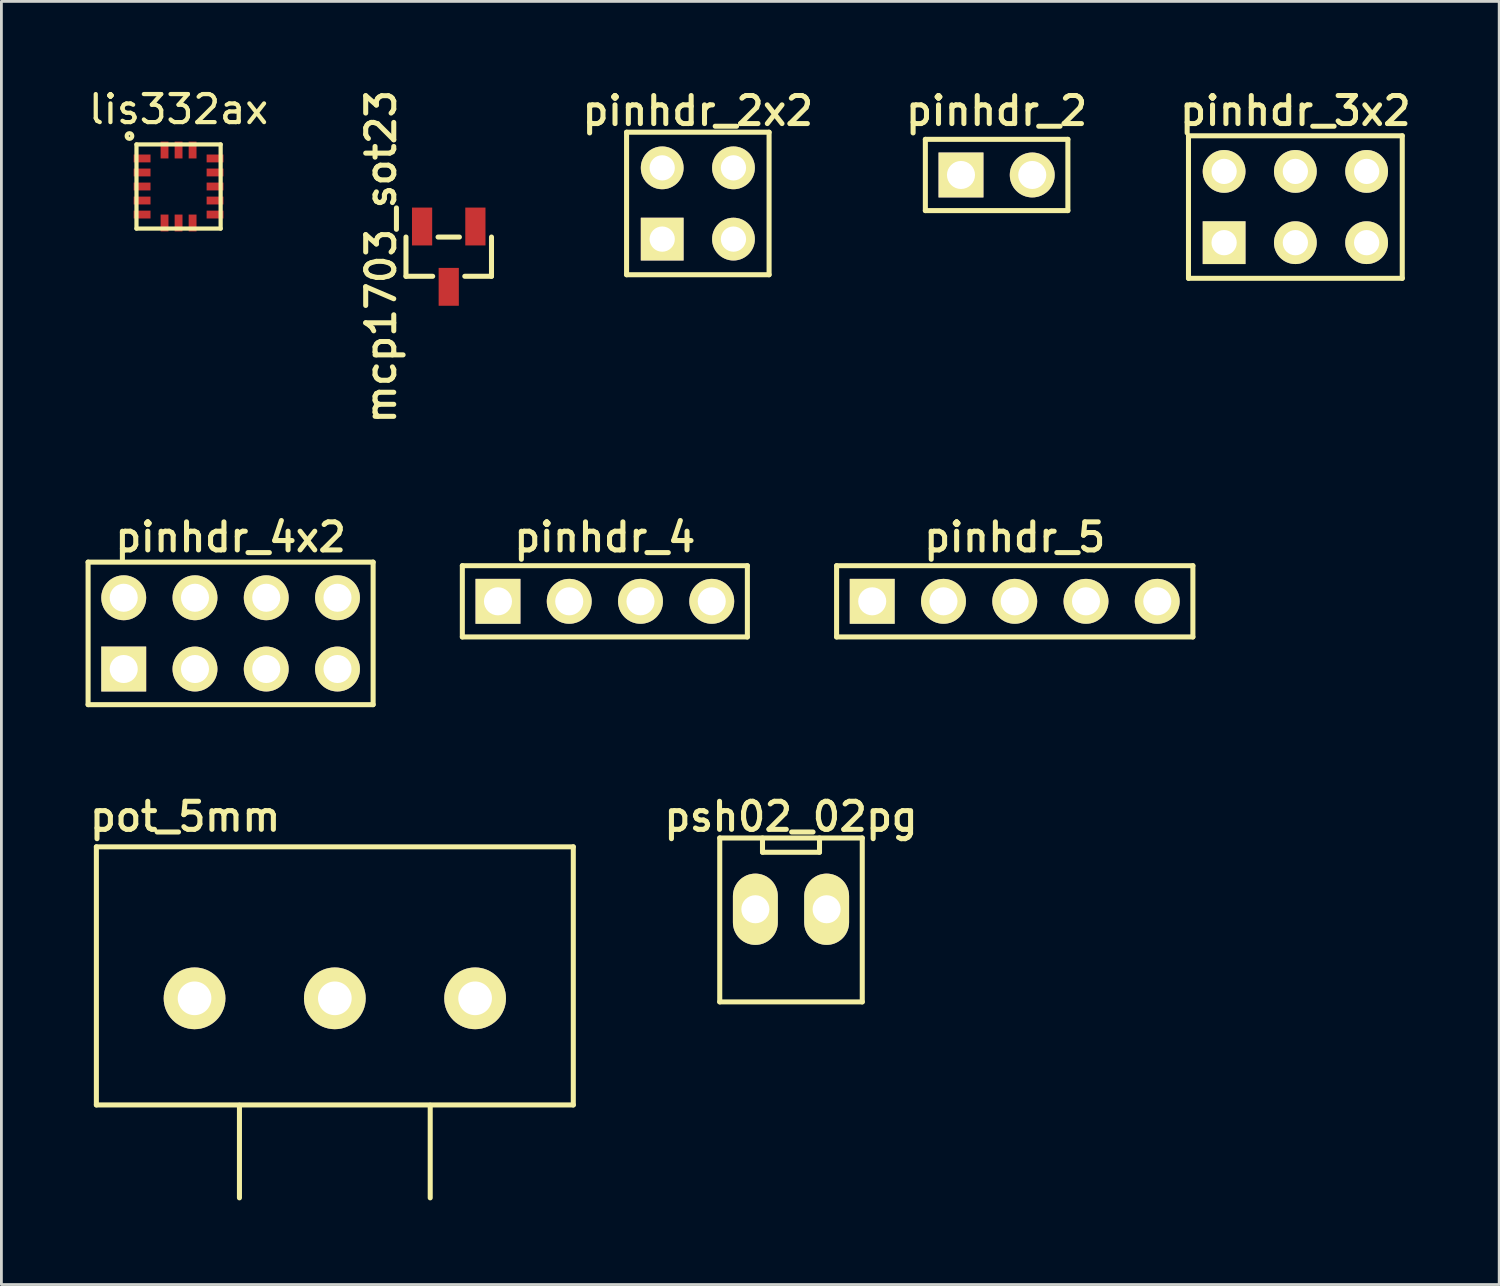
<source format=kicad_pcb>
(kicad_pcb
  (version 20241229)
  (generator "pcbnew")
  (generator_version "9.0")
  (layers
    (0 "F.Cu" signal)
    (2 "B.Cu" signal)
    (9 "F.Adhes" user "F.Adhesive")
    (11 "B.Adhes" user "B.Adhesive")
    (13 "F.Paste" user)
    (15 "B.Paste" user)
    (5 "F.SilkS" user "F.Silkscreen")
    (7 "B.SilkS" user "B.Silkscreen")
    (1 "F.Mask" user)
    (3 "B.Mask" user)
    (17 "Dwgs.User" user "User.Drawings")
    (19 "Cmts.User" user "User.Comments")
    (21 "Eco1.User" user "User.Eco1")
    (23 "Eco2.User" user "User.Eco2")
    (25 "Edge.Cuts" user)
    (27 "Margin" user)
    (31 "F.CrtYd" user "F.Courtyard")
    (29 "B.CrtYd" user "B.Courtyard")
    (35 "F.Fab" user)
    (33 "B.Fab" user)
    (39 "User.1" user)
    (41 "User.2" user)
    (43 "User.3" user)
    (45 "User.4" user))
  (footprint "pinhdr_2x2"
    (layer "F.Cu")
    (at 21.824 4.203)
    (property "Reference" "pinhdr_2x2" (at 0 -3.302 0) (layer "F.SilkS") (effects (font (size 1 1) (thickness 0.18))))
    (attr through_hole)
    (fp_line (start -2.54 -2.54) (end 2.54 -2.54) (stroke (width 0.18) (type solid)) (layer "F.SilkS"))
    (fp_line (start -2.54 2.54) (end -2.54 -2.54) (stroke (width 0.18) (type solid)) (layer "F.SilkS"))
    (fp_line (start 2.54 -2.54) (end 2.54 2.54) (stroke (width 0.18) (type solid)) (layer "F.SilkS"))
    (fp_line (start 2.54 2.54) (end -2.54 2.54) (stroke (width 0.18) (type solid)) (layer "F.SilkS"))
    (pad "1" thru_hole rect (at -1.27 1.27) (size 1.524 1.524) (drill 0.9) (layers "*.Cu" "*.Mask" "F.SilkS"))
    (pad "2" thru_hole circle (at -1.27 -1.27) (size 1.524 1.524) (drill 0.9) (layers "*.Cu" "*.Mask" "F.SilkS"))
    (pad "3" thru_hole circle (at 1.27 1.27) (size 1.524 1.524) (drill 0.9) (layers "*.Cu" "*.Mask" "F.SilkS"))
    (pad "4" thru_hole circle (at 1.27 -1.27) (size 1.524 1.524) (drill 0.9) (layers "*.Cu" "*.Mask" "F.SilkS")))
  (footprint "pinhdr_4"
    (layer "F.Cu")
    (at 18.51 18.384)
    (property "Reference" "pinhdr_4" (at 0 -2.286 0) (layer "F.SilkS") (effects (font (size 1 1) (thickness 0.18))))
    (attr through_hole)
    (fp_line (start -5.08 -1.27) (end -5.08 1.27) (stroke (width 0.18) (type solid)) (layer "F.SilkS"))
    (fp_line (start -5.08 -1.27) (end 5.08 -1.27) (stroke (width 0.18) (type solid)) (layer "F.SilkS"))
    (fp_line (start 5.08 -1.27) (end 5.08 1.27) (stroke (width 0.18) (type solid)) (layer "F.SilkS"))
    (fp_line (start 5.08 1.27) (end -5.08 1.27) (stroke (width 0.18) (type solid)) (layer "F.SilkS"))
    (pad "1" thru_hole rect (at -3.81 0) (size 1.6 1.6) (drill 1) (layers "*.Cu" "*.Mask" "F.SilkS"))
    (pad "2" thru_hole oval (at -1.27 0) (size 1.6 1.6) (drill 1) (layers "*.Cu" "*.Mask" "F.SilkS"))
    (pad "3" thru_hole oval (at 1.27 0) (size 1.6 1.6) (drill 1) (layers "*.Cu" "*.Mask" "F.SilkS"))
    (pad "4" thru_hole oval (at 3.81 0) (size 1.6 1.6) (drill 1) (layers "*.Cu" "*.Mask" "F.SilkS")))
  (footprint "psh02_02pg"
    (layer "F.Cu")
    (at 25.145 29.36)
    (property "Reference" "psh02_02pg" (at 0 -3.302 0) (layer "F.SilkS") (effects (font (size 1 1) (thickness 0.18))))
    (attr through_hole)
    (fp_line (start -2.54 -2.54) (end -2.54 3.302) (stroke (width 0.18) (type solid)) (layer "F.SilkS"))
    (fp_line (start -2.54 3.302) (end 2.54 3.302) (stroke (width 0.18) (type solid)) (layer "F.SilkS"))
    (fp_line (start -1.016 -2.54) (end -1.016 -2.032) (stroke (width 0.18) (type solid)) (layer "F.SilkS"))
    (fp_line (start -1.016 -2.032) (end 1.016 -2.032) (stroke (width 0.18) (type solid)) (layer "F.SilkS"))
    (fp_line (start 1.016 -2.032) (end 1.016 -2.54) (stroke (width 0.18) (type solid)) (layer "F.SilkS"))
    (fp_line (start 2.54 -2.54) (end -2.54 -2.54) (stroke (width 0.18) (type solid)) (layer "F.SilkS"))
    (fp_line (start 2.54 3.302) (end 2.54 -2.54) (stroke (width 0.18) (type solid)) (layer "F.SilkS"))
    (pad "1" thru_hole oval (at -1.27 0) (size 1.6 2.54) (drill 1) (layers "*.Cu" "*.Mask" "F.SilkS"))
    (pad "2" thru_hole oval (at 1.27 0) (size 1.6 2.54) (drill 1) (layers "*.Cu" "*.Mask" "F.SilkS")))
  (footprint "pot_5mm"
    (layer "F.Cu")
    (at 8.885 32.535)
    (property "Reference" "pot_5mm" (at -5.334 -6.477 0) (layer "F.SilkS") (effects (font (size 1 1) (thickness 0.18))))
    (attr through_hole)
    (fp_line (start -8.5 -5.4) (end -8.5 3.8) (stroke (width 0.18) (type solid)) (layer "F.SilkS"))
    (fp_line (start -8.5 -5.4) (end 8.5 -5.4) (stroke (width 0.18) (type solid)) (layer "F.SilkS"))
    (fp_line (start -8.5 3.8) (end 8.5 3.8) (stroke (width 0.18) (type solid)) (layer "F.SilkS"))
    (fp_line (start -3.4 3.81) (end -3.4 7.112) (stroke (width 0.18) (type solid)) (layer "F.SilkS"))
    (fp_line (start 3.4 3.81) (end 3.4 7.112) (stroke (width 0.18) (type solid)) (layer "F.SilkS"))
    (fp_line (start 8.5 -5.4) (end 8.5 3.8) (stroke (width 0.18) (type solid)) (layer "F.SilkS"))
    (pad "1" thru_hole circle (at -5 0) (size 2.2 2.2) (drill 1.2) (layers "*.Cu" "*.Mask" "F.SilkS"))
    (pad "2" thru_hole circle (at 0 0) (size 2.2 2.2) (drill 1.2) (layers "*.Cu" "*.Mask" "F.SilkS"))
    (pad "3" thru_hole circle (at 5 0) (size 2.2 2.2) (drill 1.2) (layers "*.Cu" "*.Mask" "F.SilkS")))
  (footprint "pinhdr_5"
    (layer "F.Cu")
    (at 33.12 18.384)
    (property "Reference" "pinhdr_5" (at 0 -2.286 0) (layer "F.SilkS") (effects (font (size 1 1) (thickness 0.18))))
    (attr through_hole)
    (fp_line (start -6.35 -1.27) (end -6.35 1.27) (stroke (width 0.18) (type solid)) (layer "F.SilkS"))
    (fp_line (start -6.35 -1.27) (end 6.35 -1.27) (stroke (width 0.18) (type solid)) (layer "F.SilkS"))
    (fp_line (start 6.35 -1.27) (end 6.35 1.27) (stroke (width 0.18) (type solid)) (layer "F.SilkS"))
    (fp_line (start 6.35 1.27) (end -6.35 1.27) (stroke (width 0.18) (type solid)) (layer "F.SilkS"))
    (pad "1" thru_hole rect (at -5.08 0) (size 1.6 1.6) (drill 1) (layers "*.Cu" "*.Mask" "F.SilkS"))
    (pad "2" thru_hole oval (at -2.54 0) (size 1.6 1.6) (drill 1) (layers "*.Cu" "*.Mask" "F.SilkS"))
    (pad "3" thru_hole oval (at 0 0) (size 1.6 1.6) (drill 1) (layers "*.Cu" "*.Mask" "F.SilkS"))
    (pad "4" thru_hole oval (at 2.54 0) (size 1.6 1.6) (drill 1) (layers "*.Cu" "*.Mask" "F.SilkS"))
    (pad "5" thru_hole oval (at 5.08 0) (size 1.6 1.6) (drill 1) (layers "*.Cu" "*.Mask" "F.SilkS")))
  (footprint "pinhdr_2"
    (layer "F.Cu")
    (at 32.474 3.187)
    (property "Reference" "pinhdr_2" (at 0 -2.286 0) (layer "F.SilkS") (effects (font (size 1 1) (thickness 0.18))))
    (attr through_hole)
    (fp_line (start -2.54 -1.27) (end -2.54 1.27) (stroke (width 0.18) (type solid)) (layer "F.SilkS"))
    (fp_line (start -2.54 -1.27) (end 2.54 -1.27) (stroke (width 0.18) (type solid)) (layer "F.SilkS"))
    (fp_line (start 2.54 -1.27) (end 2.54 1.27) (stroke (width 0.18) (type solid)) (layer "F.SilkS"))
    (fp_line (start 2.54 1.27) (end -2.54 1.27) (stroke (width 0.18) (type solid)) (layer "F.SilkS"))
    (pad "1" thru_hole rect (at -1.27 0) (size 1.6 1.6) (drill 1) (layers "*.Cu" "*.Mask" "F.SilkS"))
    (pad "2" thru_hole circle (at 1.27 0) (size 1.6 1.6) (drill 1) (layers "*.Cu" "*.Mask" "F.SilkS")))
  (footprint "pinhdr_4x2"
    (layer "F.Cu")
    (at 5.17 19.527)
    (property "Reference" "pinhdr_4x2" (at 0 -3.429 0) (layer "F.SilkS") (effects (font (size 1 1) (thickness 0.18))))
    (attr through_hole)
    (fp_line (start -5.08 -2.54) (end 5.08 -2.54) (stroke (width 0.18) (type solid)) (layer "F.SilkS"))
    (fp_line (start -5.08 2.54) (end -5.08 -2.54) (stroke (width 0.18) (type solid)) (layer "F.SilkS"))
    (fp_line (start 5.08 -2.54) (end 5.08 2.54) (stroke (width 0.18) (type solid)) (layer "F.SilkS"))
    (fp_line (start 5.08 2.54) (end -5.08 2.54) (stroke (width 0.18) (type solid)) (layer "F.SilkS"))
    (pad "1" thru_hole rect (at -3.81 1.27) (size 1.6 1.6) (drill 1) (layers "*.Cu" "*.Mask" "F.SilkS"))
    (pad "2" thru_hole oval (at -3.81 -1.27) (size 1.6 1.6) (drill 1) (layers "*.Cu" "*.Mask" "F.SilkS"))
    (pad "3" thru_hole oval (at -1.27 1.27) (size 1.6 1.6) (drill 1) (layers "*.Cu" "*.Mask" "F.SilkS"))
    (pad "4" thru_hole oval (at -1.27 -1.27) (size 1.6 1.6) (drill 1) (layers "*.Cu" "*.Mask" "F.SilkS"))
    (pad "5" thru_hole oval (at 1.27 1.27) (size 1.6 1.6) (drill 1) (layers "*.Cu" "*.Mask" "F.SilkS"))
    (pad "6" thru_hole oval (at 1.27 -1.27) (size 1.6 1.6) (drill 1) (layers "*.Cu" "*.Mask" "F.SilkS"))
    (pad "7" thru_hole oval (at 3.81 1.27) (size 1.6 1.6) (drill 1) (layers "*.Cu" "*.Mask" "F.SilkS"))
    (pad "8" thru_hole oval (at 3.81 -1.27) (size 1.6 1.6) (drill 1) (layers "*.Cu" "*.Mask" "F.SilkS")))
  (footprint "mcp1703_sot23"
    (layer "F.Cu")
    (at 12.945 6.099)
    (property "Reference" "mcp1703_sot23" (at -2.413 0 90) (layer "F.SilkS") (effects (font (size 1 1) (thickness 0.18))))
    (attr smd)
    (fp_line (start -1.524 0.699) (end -0.572 0.699) (stroke (width 0.18) (type solid)) (layer "F.SilkS"))
    (fp_line (start -1.524 0.7) (end -1.524 -0.7) (stroke (width 0.18) (type solid)) (layer "F.SilkS"))
    (fp_line (start -0.381 -0.699) (end 0.381 -0.699) (stroke (width 0.18) (type solid)) (layer "F.SilkS"))
    (fp_line (start 1.524 -0.7) (end 1.524 0.7) (stroke (width 0.18) (type solid)) (layer "F.SilkS"))
    (fp_line (start 1.524 0.699) (end 0.572 0.699) (stroke (width 0.18) (type solid)) (layer "F.SilkS"))
    (pad "GND" smd rect (at 0.95 -1.075) (size 0.72 1.35) (layers "F.Cu" "F.Mask" "F.Paste"))
    (pad "IN" smd rect (at 0 1.075) (size 0.72 1.35) (layers "F.Cu" "F.Mask" "F.Paste"))
    (pad "OUT" smd rect (at -0.95 -1.075) (size 0.72 1.35) (layers "F.Cu" "F.Mask" "F.Paste")))
  (footprint "lis332ax"
    (layer "F.Cu")
    (at 3.315 3.598)
    (property "Reference" "lis332ax" (at 0 -2.75 0) (layer "F.SilkS") (effects (font (size 1 1) (thickness 0.15))))
    (attr through_hole)
    (fp_line (start -1.5 -1.5) (end 1.5 -1.5) (stroke (width 0.15) (type solid)) (layer "F.SilkS"))
    (fp_line (start -1.5 1.5) (end -1.5 -1.5) (stroke (width 0.15) (type solid)) (layer "F.SilkS"))
    (fp_line (start 1.5 -1.5) (end 1.5 1.5) (stroke (width 0.15) (type solid)) (layer "F.SilkS"))
    (fp_line (start 1.5 1.5) (end -1.5 1.5) (stroke (width 0.15) (type solid)) (layer "F.SilkS"))
    (fp_circle (center -1.75 -1.8) (end -1.75 -1.7) (stroke (width 0.15) (type solid)) (fill no) (layer "F.SilkS"))
    (pad "1" smd rect (at -1.3 -1) (size 0.6 0.28) (layers "F.Cu" "F.Mask" "F.Paste"))
    (pad "2" smd rect (at -1.3 -0.5) (size 0.6 0.28) (layers "F.Cu" "F.Mask" "F.Paste"))
    (pad "3" smd rect (at -1.3 0) (size 0.6 0.28) (layers "F.Cu" "F.Mask" "F.Paste"))
    (pad "4" smd rect (at -1.3 0.5) (size 0.6 0.28) (layers "F.Cu" "F.Mask" "F.Paste"))
    (pad "5" smd rect (at -1.3 1) (size 0.6 0.28) (layers "F.Cu" "F.Mask" "F.Paste"))
    (pad "6" smd rect (at -0.5 1.3) (size 0.28 0.6) (layers "F.Cu" "F.Mask" "F.Paste"))
    (pad "7" smd rect (at 0 1.3) (size 0.28 0.6) (layers "F.Cu" "F.Mask" "F.Paste"))
    (pad "8" smd rect (at 0.5 1.3) (size 0.28 0.6) (layers "F.Cu" "F.Mask" "F.Paste"))
    (pad "9" smd rect (at 1.3 1) (size 0.6 0.28) (layers "F.Cu" "F.Mask" "F.Paste"))
    (pad "10" smd rect (at 1.3 0.5) (size 0.6 0.28) (layers "F.Cu" "F.Mask" "F.Paste"))
    (pad "11" smd rect (at 1.3 0) (size 0.6 0.28) (layers "F.Cu" "F.Mask" "F.Paste"))
    (pad "12" smd rect (at 1.3 -0.5) (size 0.6 0.28) (layers "F.Cu" "F.Mask" "F.Paste"))
    (pad "13" smd rect (at 1.3 -1) (size 0.6 0.28) (layers "F.Cu" "F.Mask" "F.Paste"))
    (pad "14" smd rect (at 0.5 -1.3) (size 0.28 0.6) (layers "F.Cu" "F.Mask" "F.Paste"))
    (pad "15" smd rect (at 0 -1.3) (size 0.28 0.6) (layers "F.Cu" "F.Mask" "F.Paste"))
    (pad "16" smd rect (at -0.5 -1.3) (size 0.28 0.6) (layers "F.Cu" "F.Mask" "F.Paste")))
  (footprint "pinhdr_3x2"
    (layer "F.Cu")
    (at 43.123 4.33)
    (property "Reference" "pinhdr_3x2" (at 0 -3.429 0) (layer "F.SilkS") (effects (font (size 1 1) (thickness 0.18))))
    (attr through_hole)
    (fp_line (start -3.81 -2.54) (end 3.81 -2.54) (stroke (width 0.18) (type solid)) (layer "F.SilkS"))
    (fp_line (start -3.81 2.54) (end -3.81 -2.54) (stroke (width 0.18) (type solid)) (layer "F.SilkS"))
    (fp_line (start 3.81 -2.54) (end 3.81 2.54) (stroke (width 0.18) (type solid)) (layer "F.SilkS"))
    (fp_line (start 3.81 2.54) (end -3.81 2.54) (stroke (width 0.18) (type solid)) (layer "F.SilkS"))
    (pad "1" thru_hole rect (at -2.54 1.27) (size 1.524 1.524) (drill 0.9) (layers "*.Cu" "*.Mask" "F.SilkS"))
    (pad "2" thru_hole circle (at -2.54 -1.27) (size 1.524 1.524) (drill 0.9) (layers "*.Cu" "*.Mask" "F.SilkS"))
    (pad "3" thru_hole circle (at 0 1.27) (size 1.524 1.524) (drill 0.9) (layers "*.Cu" "*.Mask" "F.SilkS"))
    (pad "4" thru_hole circle (at 0 -1.27) (size 1.524 1.524) (drill 0.9) (layers "*.Cu" "*.Mask" "F.SilkS"))
    (pad "5" thru_hole circle (at 2.54 1.27) (size 1.524 1.524) (drill 0.9) (layers "*.Cu" "*.Mask" "F.SilkS"))
    (pad "6" thru_hole circle (at 2.54 -1.27) (size 1.524 1.524) (drill 0.9) (layers "*.Cu" "*.Mask" "F.SilkS")))
  (gr_rect
    (start -3 -3)
    (end 50.388 42.737)
    (stroke (width 0.1) (type default))
    (fill no)
    (layer "Edge.Cuts")))
</source>
